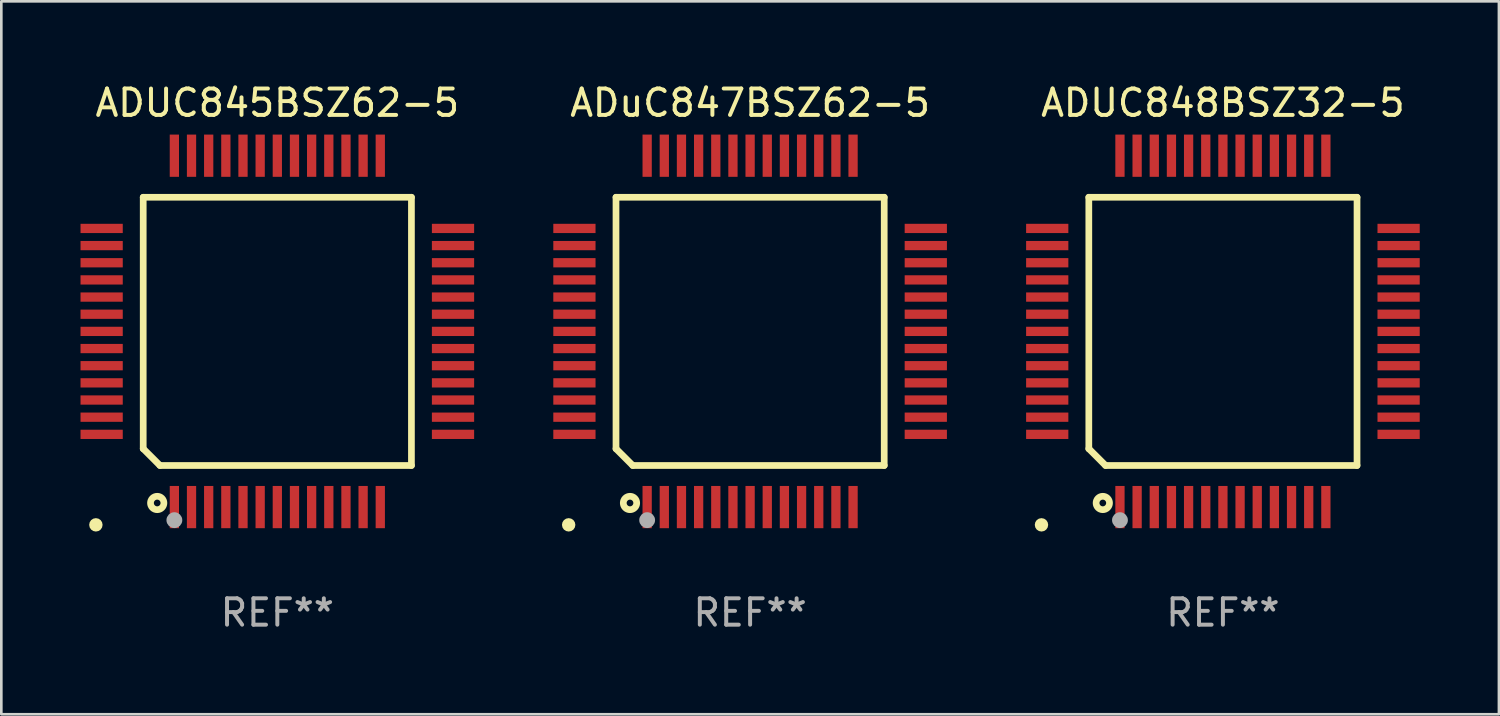
<source format=kicad_pcb>
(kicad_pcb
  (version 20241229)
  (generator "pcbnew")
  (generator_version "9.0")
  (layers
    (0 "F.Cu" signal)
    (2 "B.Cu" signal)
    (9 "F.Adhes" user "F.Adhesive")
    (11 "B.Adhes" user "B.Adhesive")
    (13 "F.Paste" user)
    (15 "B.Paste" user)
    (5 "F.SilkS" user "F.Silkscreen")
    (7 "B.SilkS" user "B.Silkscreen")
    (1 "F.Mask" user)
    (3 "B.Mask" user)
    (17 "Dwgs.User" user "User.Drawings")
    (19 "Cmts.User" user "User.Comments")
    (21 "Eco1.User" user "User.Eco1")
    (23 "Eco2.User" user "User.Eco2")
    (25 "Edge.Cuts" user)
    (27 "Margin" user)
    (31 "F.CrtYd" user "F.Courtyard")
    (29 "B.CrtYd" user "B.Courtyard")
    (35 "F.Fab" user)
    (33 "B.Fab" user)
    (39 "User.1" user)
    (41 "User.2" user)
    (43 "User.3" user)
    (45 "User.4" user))
  (footprint "ADUC845BSZ62-5"
    (layer "F.Cu")
    (at 7.455 9.503)
    (property "Reference" "ADUC845BSZ62-5" (at 0 -8.655 0) (layer "F.SilkS") (effects (font (size 1 1) (thickness 0.15))))
    (attr through_hole)
    (fp_line (start -5.08 -5.08) (end 5.08 -5.08) (stroke (width 0.254) (type solid)) (layer "F.SilkS"))
    (fp_line (start -5.08 4.445) (end -5.08 -5.08) (stroke (width 0.254) (type solid)) (layer "F.SilkS"))
    (fp_line (start -4.445 5.08) (end -5.08 4.445) (stroke (width 0.254) (type solid)) (layer "F.SilkS"))
    (fp_line (start 5.08 -5.08) (end 5.08 5.08) (stroke (width 0.254) (type solid)) (layer "F.SilkS"))
    (fp_line (start 5.08 5.08) (end -4.445 5.08) (stroke (width 0.254) (type solid)) (layer "F.SilkS"))
    (fp_circle (center -6.873 7.328) (end -6.746 7.328) (stroke (width 0.254) (type solid)) (fill no) (layer "F.SilkS"))
    (fp_circle (center -4.55 6.5) (end -4.296 6.5) (stroke (width 0.254) (type solid)) (fill no) (layer "F.SilkS"))
    (fp_circle (center -3.9 7.15) (end -3.75 7.15) (stroke (width 0.3) (type solid)) (fill no) (layer "F.Fab"))
    (fp_text user "REF**" (at 0 10.655 0) (layer "F.Fab") (effects (font (size 1 1) (thickness 0.15))))
    (pad "1" smd rect (at -3.9 6.655 90) (size 1.6 0.351) (layers "F.Cu" "F.Mask" "F.Paste"))
    (pad "2" smd rect (at -3.25 6.655 90) (size 1.6 0.351) (layers "F.Cu" "F.Mask" "F.Paste"))
    (pad "3" smd rect (at -2.6 6.655 90) (size 1.6 0.351) (layers "F.Cu" "F.Mask" "F.Paste"))
    (pad "4" smd rect (at -1.95 6.655 90) (size 1.6 0.351) (layers "F.Cu" "F.Mask" "F.Paste"))
    (pad "5" smd rect (at -1.3 6.655 90) (size 1.6 0.351) (layers "F.Cu" "F.Mask" "F.Paste"))
    (pad "6" smd rect (at -0.65 6.655 90) (size 1.6 0.351) (layers "F.Cu" "F.Mask" "F.Paste"))
    (pad "7" smd rect (at 0 6.655 90) (size 1.6 0.351) (layers "F.Cu" "F.Mask" "F.Paste"))
    (pad "8" smd rect (at 0.65 6.655 90) (size 1.6 0.351) (layers "F.Cu" "F.Mask" "F.Paste"))
    (pad "9" smd rect (at 1.3 6.655 90) (size 1.6 0.351) (layers "F.Cu" "F.Mask" "F.Paste"))
    (pad "10" smd rect (at 1.95 6.655 90) (size 1.6 0.351) (layers "F.Cu" "F.Mask" "F.Paste"))
    (pad "11" smd rect (at 2.6 6.655 90) (size 1.6 0.351) (layers "F.Cu" "F.Mask" "F.Paste"))
    (pad "12" smd rect (at 3.25 6.655 90) (size 1.6 0.351) (layers "F.Cu" "F.Mask" "F.Paste"))
    (pad "13" smd rect (at 3.9 6.655 90) (size 1.6 0.351) (layers "F.Cu" "F.Mask" "F.Paste"))
    (pad "14" smd rect (at 6.655 3.9 180) (size 1.6 0.351) (layers "F.Cu" "F.Mask" "F.Paste"))
    (pad "15" smd rect (at 6.655 3.25 180) (size 1.6 0.351) (layers "F.Cu" "F.Mask" "F.Paste"))
    (pad "16" smd rect (at 6.655 2.6 180) (size 1.6 0.351) (layers "F.Cu" "F.Mask" "F.Paste"))
    (pad "17" smd rect (at 6.655 1.95 180) (size 1.6 0.351) (layers "F.Cu" "F.Mask" "F.Paste"))
    (pad "18" smd rect (at 6.655 1.3 180) (size 1.6 0.351) (layers "F.Cu" "F.Mask" "F.Paste"))
    (pad "19" smd rect (at 6.655 0.65 180) (size 1.6 0.351) (layers "F.Cu" "F.Mask" "F.Paste"))
    (pad "20" smd rect (at 6.655 0 180) (size 1.6 0.351) (layers "F.Cu" "F.Mask" "F.Paste"))
    (pad "21" smd rect (at 6.655 -0.65 180) (size 1.6 0.351) (layers "F.Cu" "F.Mask" "F.Paste"))
    (pad "22" smd rect (at 6.655 -1.3 180) (size 1.6 0.351) (layers "F.Cu" "F.Mask" "F.Paste"))
    (pad "23" smd rect (at 6.655 -1.95 180) (size 1.6 0.351) (layers "F.Cu" "F.Mask" "F.Paste"))
    (pad "24" smd rect (at 6.655 -2.6 180) (size 1.6 0.351) (layers "F.Cu" "F.Mask" "F.Paste"))
    (pad "25" smd rect (at 6.655 -3.25 180) (size 1.6 0.351) (layers "F.Cu" "F.Mask" "F.Paste"))
    (pad "26" smd rect (at 6.655 -3.9 180) (size 1.6 0.351) (layers "F.Cu" "F.Mask" "F.Paste"))
    (pad "27" smd rect (at 3.9 -6.655 270) (size 1.6 0.351) (layers "F.Cu" "F.Mask" "F.Paste"))
    (pad "28" smd rect (at 3.25 -6.655 270) (size 1.6 0.351) (layers "F.Cu" "F.Mask" "F.Paste"))
    (pad "29" smd rect (at 2.6 -6.655 270) (size 1.6 0.351) (layers "F.Cu" "F.Mask" "F.Paste"))
    (pad "30" smd rect (at 1.95 -6.655 270) (size 1.6 0.351) (layers "F.Cu" "F.Mask" "F.Paste"))
    (pad "31" smd rect (at 1.3 -6.655 270) (size 1.6 0.351) (layers "F.Cu" "F.Mask" "F.Paste"))
    (pad "32" smd rect (at 0.65 -6.655 270) (size 1.6 0.351) (layers "F.Cu" "F.Mask" "F.Paste"))
    (pad "33" smd rect (at 0 -6.655 270) (size 1.6 0.351) (layers "F.Cu" "F.Mask" "F.Paste"))
    (pad "34" smd rect (at -0.65 -6.655 270) (size 1.6 0.351) (layers "F.Cu" "F.Mask" "F.Paste"))
    (pad "35" smd rect (at -1.3 -6.655 270) (size 1.6 0.351) (layers "F.Cu" "F.Mask" "F.Paste"))
    (pad "36" smd rect (at -1.95 -6.655 270) (size 1.6 0.351) (layers "F.Cu" "F.Mask" "F.Paste"))
    (pad "37" smd rect (at -2.6 -6.655 270) (size 1.6 0.351) (layers "F.Cu" "F.Mask" "F.Paste"))
    (pad "38" smd rect (at -3.25 -6.655 270) (size 1.6 0.351) (layers "F.Cu" "F.Mask" "F.Paste"))
    (pad "39" smd rect (at -3.9 -6.655 270) (size 1.6 0.351) (layers "F.Cu" "F.Mask" "F.Paste"))
    (pad "40" smd rect (at -6.655 -3.9) (size 1.6 0.351) (layers "F.Cu" "F.Mask" "F.Paste"))
    (pad "41" smd rect (at -6.655 -3.25) (size 1.6 0.351) (layers "F.Cu" "F.Mask" "F.Paste"))
    (pad "42" smd rect (at -6.655 -2.6) (size 1.6 0.351) (layers "F.Cu" "F.Mask" "F.Paste"))
    (pad "43" smd rect (at -6.655 -1.95) (size 1.6 0.351) (layers "F.Cu" "F.Mask" "F.Paste"))
    (pad "44" smd rect (at -6.655 -1.3) (size 1.6 0.351) (layers "F.Cu" "F.Mask" "F.Paste"))
    (pad "45" smd rect (at -6.655 -0.65) (size 1.6 0.351) (layers "F.Cu" "F.Mask" "F.Paste"))
    (pad "46" smd rect (at -6.655 0) (size 1.6 0.351) (layers "F.Cu" "F.Mask" "F.Paste"))
    (pad "47" smd rect (at -6.655 0.65) (size 1.6 0.351) (layers "F.Cu" "F.Mask" "F.Paste"))
    (pad "48" smd rect (at -6.655 1.3) (size 1.6 0.351) (layers "F.Cu" "F.Mask" "F.Paste"))
    (pad "49" smd rect (at -6.655 1.95) (size 1.6 0.351) (layers "F.Cu" "F.Mask" "F.Paste"))
    (pad "50" smd rect (at -6.655 2.6) (size 1.6 0.351) (layers "F.Cu" "F.Mask" "F.Paste"))
    (pad "51" smd rect (at -6.655 3.25) (size 1.6 0.351) (layers "F.Cu" "F.Mask" "F.Paste"))
    (pad "52" smd rect (at -6.655 3.9) (size 1.6 0.351) (layers "F.Cu" "F.Mask" "F.Paste")))
  (footprint "ADUC848BSZ32-5"
    (layer "F.Cu")
    (at 43.274 9.503)
    (property "Reference" "ADUC848BSZ32-5" (at 0 -8.655 0) (layer "F.SilkS") (effects (font (size 1 1) (thickness 0.15))))
    (attr through_hole)
    (fp_line (start -5.08 -5.08) (end 5.08 -5.08) (stroke (width 0.254) (type solid)) (layer "F.SilkS"))
    (fp_line (start -5.08 4.445) (end -5.08 -5.08) (stroke (width 0.254) (type solid)) (layer "F.SilkS"))
    (fp_line (start -4.445 5.08) (end -5.08 4.445) (stroke (width 0.254) (type solid)) (layer "F.SilkS"))
    (fp_line (start 5.08 -5.08) (end 5.08 5.08) (stroke (width 0.254) (type solid)) (layer "F.SilkS"))
    (fp_line (start 5.08 5.08) (end -4.445 5.08) (stroke (width 0.254) (type solid)) (layer "F.SilkS"))
    (fp_circle (center -6.873 7.328) (end -6.746 7.328) (stroke (width 0.254) (type solid)) (fill no) (layer "F.SilkS"))
    (fp_circle (center -4.55 6.5) (end -4.296 6.5) (stroke (width 0.254) (type solid)) (fill no) (layer "F.SilkS"))
    (fp_circle (center -3.9 7.15) (end -3.75 7.15) (stroke (width 0.3) (type solid)) (fill no) (layer "F.Fab"))
    (fp_text user "REF**" (at 0 10.655 0) (layer "F.Fab") (effects (font (size 1 1) (thickness 0.15))))
    (pad "1" smd rect (at -3.9 6.655 90) (size 1.6 0.351) (layers "F.Cu" "F.Mask" "F.Paste"))
    (pad "2" smd rect (at -3.25 6.655 90) (size 1.6 0.351) (layers "F.Cu" "F.Mask" "F.Paste"))
    (pad "3" smd rect (at -2.6 6.655 90) (size 1.6 0.351) (layers "F.Cu" "F.Mask" "F.Paste"))
    (pad "4" smd rect (at -1.95 6.655 90) (size 1.6 0.351) (layers "F.Cu" "F.Mask" "F.Paste"))
    (pad "5" smd rect (at -1.3 6.655 90) (size 1.6 0.351) (layers "F.Cu" "F.Mask" "F.Paste"))
    (pad "6" smd rect (at -0.65 6.655 90) (size 1.6 0.351) (layers "F.Cu" "F.Mask" "F.Paste"))
    (pad "7" smd rect (at 0 6.655 90) (size 1.6 0.351) (layers "F.Cu" "F.Mask" "F.Paste"))
    (pad "8" smd rect (at 0.65 6.655 90) (size 1.6 0.351) (layers "F.Cu" "F.Mask" "F.Paste"))
    (pad "9" smd rect (at 1.3 6.655 90) (size 1.6 0.351) (layers "F.Cu" "F.Mask" "F.Paste"))
    (pad "10" smd rect (at 1.95 6.655 90) (size 1.6 0.351) (layers "F.Cu" "F.Mask" "F.Paste"))
    (pad "11" smd rect (at 2.6 6.655 90) (size 1.6 0.351) (layers "F.Cu" "F.Mask" "F.Paste"))
    (pad "12" smd rect (at 3.25 6.655 90) (size 1.6 0.351) (layers "F.Cu" "F.Mask" "F.Paste"))
    (pad "13" smd rect (at 3.9 6.655 90) (size 1.6 0.351) (layers "F.Cu" "F.Mask" "F.Paste"))
    (pad "14" smd rect (at 6.655 3.9 180) (size 1.6 0.351) (layers "F.Cu" "F.Mask" "F.Paste"))
    (pad "15" smd rect (at 6.655 3.25 180) (size 1.6 0.351) (layers "F.Cu" "F.Mask" "F.Paste"))
    (pad "16" smd rect (at 6.655 2.6 180) (size 1.6 0.351) (layers "F.Cu" "F.Mask" "F.Paste"))
    (pad "17" smd rect (at 6.655 1.95 180) (size 1.6 0.351) (layers "F.Cu" "F.Mask" "F.Paste"))
    (pad "18" smd rect (at 6.655 1.3 180) (size 1.6 0.351) (layers "F.Cu" "F.Mask" "F.Paste"))
    (pad "19" smd rect (at 6.655 0.65 180) (size 1.6 0.351) (layers "F.Cu" "F.Mask" "F.Paste"))
    (pad "20" smd rect (at 6.655 0 180) (size 1.6 0.351) (layers "F.Cu" "F.Mask" "F.Paste"))
    (pad "21" smd rect (at 6.655 -0.65 180) (size 1.6 0.351) (layers "F.Cu" "F.Mask" "F.Paste"))
    (pad "22" smd rect (at 6.655 -1.3 180) (size 1.6 0.351) (layers "F.Cu" "F.Mask" "F.Paste"))
    (pad "23" smd rect (at 6.655 -1.95 180) (size 1.6 0.351) (layers "F.Cu" "F.Mask" "F.Paste"))
    (pad "24" smd rect (at 6.655 -2.6 180) (size 1.6 0.351) (layers "F.Cu" "F.Mask" "F.Paste"))
    (pad "25" smd rect (at 6.655 -3.25 180) (size 1.6 0.351) (layers "F.Cu" "F.Mask" "F.Paste"))
    (pad "26" smd rect (at 6.655 -3.9 180) (size 1.6 0.351) (layers "F.Cu" "F.Mask" "F.Paste"))
    (pad "27" smd rect (at 3.9 -6.655 270) (size 1.6 0.351) (layers "F.Cu" "F.Mask" "F.Paste"))
    (pad "28" smd rect (at 3.25 -6.655 270) (size 1.6 0.351) (layers "F.Cu" "F.Mask" "F.Paste"))
    (pad "29" smd rect (at 2.6 -6.655 270) (size 1.6 0.351) (layers "F.Cu" "F.Mask" "F.Paste"))
    (pad "30" smd rect (at 1.95 -6.655 270) (size 1.6 0.351) (layers "F.Cu" "F.Mask" "F.Paste"))
    (pad "31" smd rect (at 1.3 -6.655 270) (size 1.6 0.351) (layers "F.Cu" "F.Mask" "F.Paste"))
    (pad "32" smd rect (at 0.65 -6.655 270) (size 1.6 0.351) (layers "F.Cu" "F.Mask" "F.Paste"))
    (pad "33" smd rect (at 0 -6.655 270) (size 1.6 0.351) (layers "F.Cu" "F.Mask" "F.Paste"))
    (pad "34" smd rect (at -0.65 -6.655 270) (size 1.6 0.351) (layers "F.Cu" "F.Mask" "F.Paste"))
    (pad "35" smd rect (at -1.3 -6.655 270) (size 1.6 0.351) (layers "F.Cu" "F.Mask" "F.Paste"))
    (pad "36" smd rect (at -1.95 -6.655 270) (size 1.6 0.351) (layers "F.Cu" "F.Mask" "F.Paste"))
    (pad "37" smd rect (at -2.6 -6.655 270) (size 1.6 0.351) (layers "F.Cu" "F.Mask" "F.Paste"))
    (pad "38" smd rect (at -3.25 -6.655 270) (size 1.6 0.351) (layers "F.Cu" "F.Mask" "F.Paste"))
    (pad "39" smd rect (at -3.9 -6.655 270) (size 1.6 0.351) (layers "F.Cu" "F.Mask" "F.Paste"))
    (pad "40" smd rect (at -6.655 -3.9) (size 1.6 0.351) (layers "F.Cu" "F.Mask" "F.Paste"))
    (pad "41" smd rect (at -6.655 -3.25) (size 1.6 0.351) (layers "F.Cu" "F.Mask" "F.Paste"))
    (pad "42" smd rect (at -6.655 -2.6) (size 1.6 0.351) (layers "F.Cu" "F.Mask" "F.Paste"))
    (pad "43" smd rect (at -6.655 -1.95) (size 1.6 0.351) (layers "F.Cu" "F.Mask" "F.Paste"))
    (pad "44" smd rect (at -6.655 -1.3) (size 1.6 0.351) (layers "F.Cu" "F.Mask" "F.Paste"))
    (pad "45" smd rect (at -6.655 -0.65) (size 1.6 0.351) (layers "F.Cu" "F.Mask" "F.Paste"))
    (pad "46" smd rect (at -6.655 0) (size 1.6 0.351) (layers "F.Cu" "F.Mask" "F.Paste"))
    (pad "47" smd rect (at -6.655 0.65) (size 1.6 0.351) (layers "F.Cu" "F.Mask" "F.Paste"))
    (pad "48" smd rect (at -6.655 1.3) (size 1.6 0.351) (layers "F.Cu" "F.Mask" "F.Paste"))
    (pad "49" smd rect (at -6.655 1.95) (size 1.6 0.351) (layers "F.Cu" "F.Mask" "F.Paste"))
    (pad "50" smd rect (at -6.655 2.6) (size 1.6 0.351) (layers "F.Cu" "F.Mask" "F.Paste"))
    (pad "51" smd rect (at -6.655 3.25) (size 1.6 0.351) (layers "F.Cu" "F.Mask" "F.Paste"))
    (pad "52" smd rect (at -6.655 3.9) (size 1.6 0.351) (layers "F.Cu" "F.Mask" "F.Paste")))
  (footprint "ADuC847BSZ62-5"
    (layer "F.Cu")
    (at 25.364 9.503)
    (property "Reference" "ADuC847BSZ62-5" (at 0 -8.655 0) (layer "F.SilkS") (effects (font (size 1 1) (thickness 0.15))))
    (attr through_hole)
    (fp_line (start -5.08 -5.08) (end 5.08 -5.08) (stroke (width 0.254) (type solid)) (layer "F.SilkS"))
    (fp_line (start -5.08 4.445) (end -5.08 -5.08) (stroke (width 0.254) (type solid)) (layer "F.SilkS"))
    (fp_line (start -4.445 5.08) (end -5.08 4.445) (stroke (width 0.254) (type solid)) (layer "F.SilkS"))
    (fp_line (start 5.08 -5.08) (end 5.08 5.08) (stroke (width 0.254) (type solid)) (layer "F.SilkS"))
    (fp_line (start 5.08 5.08) (end -4.445 5.08) (stroke (width 0.254) (type solid)) (layer "F.SilkS"))
    (fp_circle (center -6.873 7.328) (end -6.746 7.328) (stroke (width 0.254) (type solid)) (fill no) (layer "F.SilkS"))
    (fp_circle (center -4.55 6.5) (end -4.296 6.5) (stroke (width 0.254) (type solid)) (fill no) (layer "F.SilkS"))
    (fp_circle (center -3.9 7.15) (end -3.75 7.15) (stroke (width 0.3) (type solid)) (fill no) (layer "F.Fab"))
    (fp_text user "REF**" (at 0 10.655 0) (layer "F.Fab") (effects (font (size 1 1) (thickness 0.15))))
    (pad "1" smd rect (at -3.9 6.655 90) (size 1.6 0.351) (layers "F.Cu" "F.Mask" "F.Paste"))
    (pad "2" smd rect (at -3.25 6.655 90) (size 1.6 0.351) (layers "F.Cu" "F.Mask" "F.Paste"))
    (pad "3" smd rect (at -2.6 6.655 90) (size 1.6 0.351) (layers "F.Cu" "F.Mask" "F.Paste"))
    (pad "4" smd rect (at -1.95 6.655 90) (size 1.6 0.351) (layers "F.Cu" "F.Mask" "F.Paste"))
    (pad "5" smd rect (at -1.3 6.655 90) (size 1.6 0.351) (layers "F.Cu" "F.Mask" "F.Paste"))
    (pad "6" smd rect (at -0.65 6.655 90) (size 1.6 0.351) (layers "F.Cu" "F.Mask" "F.Paste"))
    (pad "7" smd rect (at 0 6.655 90) (size 1.6 0.351) (layers "F.Cu" "F.Mask" "F.Paste"))
    (pad "8" smd rect (at 0.65 6.655 90) (size 1.6 0.351) (layers "F.Cu" "F.Mask" "F.Paste"))
    (pad "9" smd rect (at 1.3 6.655 90) (size 1.6 0.351) (layers "F.Cu" "F.Mask" "F.Paste"))
    (pad "10" smd rect (at 1.95 6.655 90) (size 1.6 0.351) (layers "F.Cu" "F.Mask" "F.Paste"))
    (pad "11" smd rect (at 2.6 6.655 90) (size 1.6 0.351) (layers "F.Cu" "F.Mask" "F.Paste"))
    (pad "12" smd rect (at 3.25 6.655 90) (size 1.6 0.351) (layers "F.Cu" "F.Mask" "F.Paste"))
    (pad "13" smd rect (at 3.9 6.655 90) (size 1.6 0.351) (layers "F.Cu" "F.Mask" "F.Paste"))
    (pad "14" smd rect (at 6.655 3.9 180) (size 1.6 0.351) (layers "F.Cu" "F.Mask" "F.Paste"))
    (pad "15" smd rect (at 6.655 3.25 180) (size 1.6 0.351) (layers "F.Cu" "F.Mask" "F.Paste"))
    (pad "16" smd rect (at 6.655 2.6 180) (size 1.6 0.351) (layers "F.Cu" "F.Mask" "F.Paste"))
    (pad "17" smd rect (at 6.655 1.95 180) (size 1.6 0.351) (layers "F.Cu" "F.Mask" "F.Paste"))
    (pad "18" smd rect (at 6.655 1.3 180) (size 1.6 0.351) (layers "F.Cu" "F.Mask" "F.Paste"))
    (pad "19" smd rect (at 6.655 0.65 180) (size 1.6 0.351) (layers "F.Cu" "F.Mask" "F.Paste"))
    (pad "20" smd rect (at 6.655 0 180) (size 1.6 0.351) (layers "F.Cu" "F.Mask" "F.Paste"))
    (pad "21" smd rect (at 6.655 -0.65 180) (size 1.6 0.351) (layers "F.Cu" "F.Mask" "F.Paste"))
    (pad "22" smd rect (at 6.655 -1.3 180) (size 1.6 0.351) (layers "F.Cu" "F.Mask" "F.Paste"))
    (pad "23" smd rect (at 6.655 -1.95 180) (size 1.6 0.351) (layers "F.Cu" "F.Mask" "F.Paste"))
    (pad "24" smd rect (at 6.655 -2.6 180) (size 1.6 0.351) (layers "F.Cu" "F.Mask" "F.Paste"))
    (pad "25" smd rect (at 6.655 -3.25 180) (size 1.6 0.351) (layers "F.Cu" "F.Mask" "F.Paste"))
    (pad "26" smd rect (at 6.655 -3.9 180) (size 1.6 0.351) (layers "F.Cu" "F.Mask" "F.Paste"))
    (pad "27" smd rect (at 3.9 -6.655 270) (size 1.6 0.351) (layers "F.Cu" "F.Mask" "F.Paste"))
    (pad "28" smd rect (at 3.25 -6.655 270) (size 1.6 0.351) (layers "F.Cu" "F.Mask" "F.Paste"))
    (pad "29" smd rect (at 2.6 -6.655 270) (size 1.6 0.351) (layers "F.Cu" "F.Mask" "F.Paste"))
    (pad "30" smd rect (at 1.95 -6.655 270) (size 1.6 0.351) (layers "F.Cu" "F.Mask" "F.Paste"))
    (pad "31" smd rect (at 1.3 -6.655 270) (size 1.6 0.351) (layers "F.Cu" "F.Mask" "F.Paste"))
    (pad "32" smd rect (at 0.65 -6.655 270) (size 1.6 0.351) (layers "F.Cu" "F.Mask" "F.Paste"))
    (pad "33" smd rect (at 0 -6.655 270) (size 1.6 0.351) (layers "F.Cu" "F.Mask" "F.Paste"))
    (pad "34" smd rect (at -0.65 -6.655 270) (size 1.6 0.351) (layers "F.Cu" "F.Mask" "F.Paste"))
    (pad "35" smd rect (at -1.3 -6.655 270) (size 1.6 0.351) (layers "F.Cu" "F.Mask" "F.Paste"))
    (pad "36" smd rect (at -1.95 -6.655 270) (size 1.6 0.351) (layers "F.Cu" "F.Mask" "F.Paste"))
    (pad "37" smd rect (at -2.6 -6.655 270) (size 1.6 0.351) (layers "F.Cu" "F.Mask" "F.Paste"))
    (pad "38" smd rect (at -3.25 -6.655 270) (size 1.6 0.351) (layers "F.Cu" "F.Mask" "F.Paste"))
    (pad "39" smd rect (at -3.9 -6.655 270) (size 1.6 0.351) (layers "F.Cu" "F.Mask" "F.Paste"))
    (pad "40" smd rect (at -6.655 -3.9) (size 1.6 0.351) (layers "F.Cu" "F.Mask" "F.Paste"))
    (pad "41" smd rect (at -6.655 -3.25) (size 1.6 0.351) (layers "F.Cu" "F.Mask" "F.Paste"))
    (pad "42" smd rect (at -6.655 -2.6) (size 1.6 0.351) (layers "F.Cu" "F.Mask" "F.Paste"))
    (pad "43" smd rect (at -6.655 -1.95) (size 1.6 0.351) (layers "F.Cu" "F.Mask" "F.Paste"))
    (pad "44" smd rect (at -6.655 -1.3) (size 1.6 0.351) (layers "F.Cu" "F.Mask" "F.Paste"))
    (pad "45" smd rect (at -6.655 -0.65) (size 1.6 0.351) (layers "F.Cu" "F.Mask" "F.Paste"))
    (pad "46" smd rect (at -6.655 0) (size 1.6 0.351) (layers "F.Cu" "F.Mask" "F.Paste"))
    (pad "47" smd rect (at -6.655 0.65) (size 1.6 0.351) (layers "F.Cu" "F.Mask" "F.Paste"))
    (pad "48" smd rect (at -6.655 1.3) (size 1.6 0.351) (layers "F.Cu" "F.Mask" "F.Paste"))
    (pad "49" smd rect (at -6.655 1.95) (size 1.6 0.351) (layers "F.Cu" "F.Mask" "F.Paste"))
    (pad "50" smd rect (at -6.655 2.6) (size 1.6 0.351) (layers "F.Cu" "F.Mask" "F.Paste"))
    (pad "51" smd rect (at -6.655 3.25) (size 1.6 0.351) (layers "F.Cu" "F.Mask" "F.Paste"))
    (pad "52" smd rect (at -6.655 3.9) (size 1.6 0.351) (layers "F.Cu" "F.Mask" "F.Paste")))
  (gr_rect
    (start -3 -3)
    (end 53.729 24.006)
    (stroke (width 0.1) (type default))
    (fill no)
    (layer "Edge.Cuts")))
</source>
